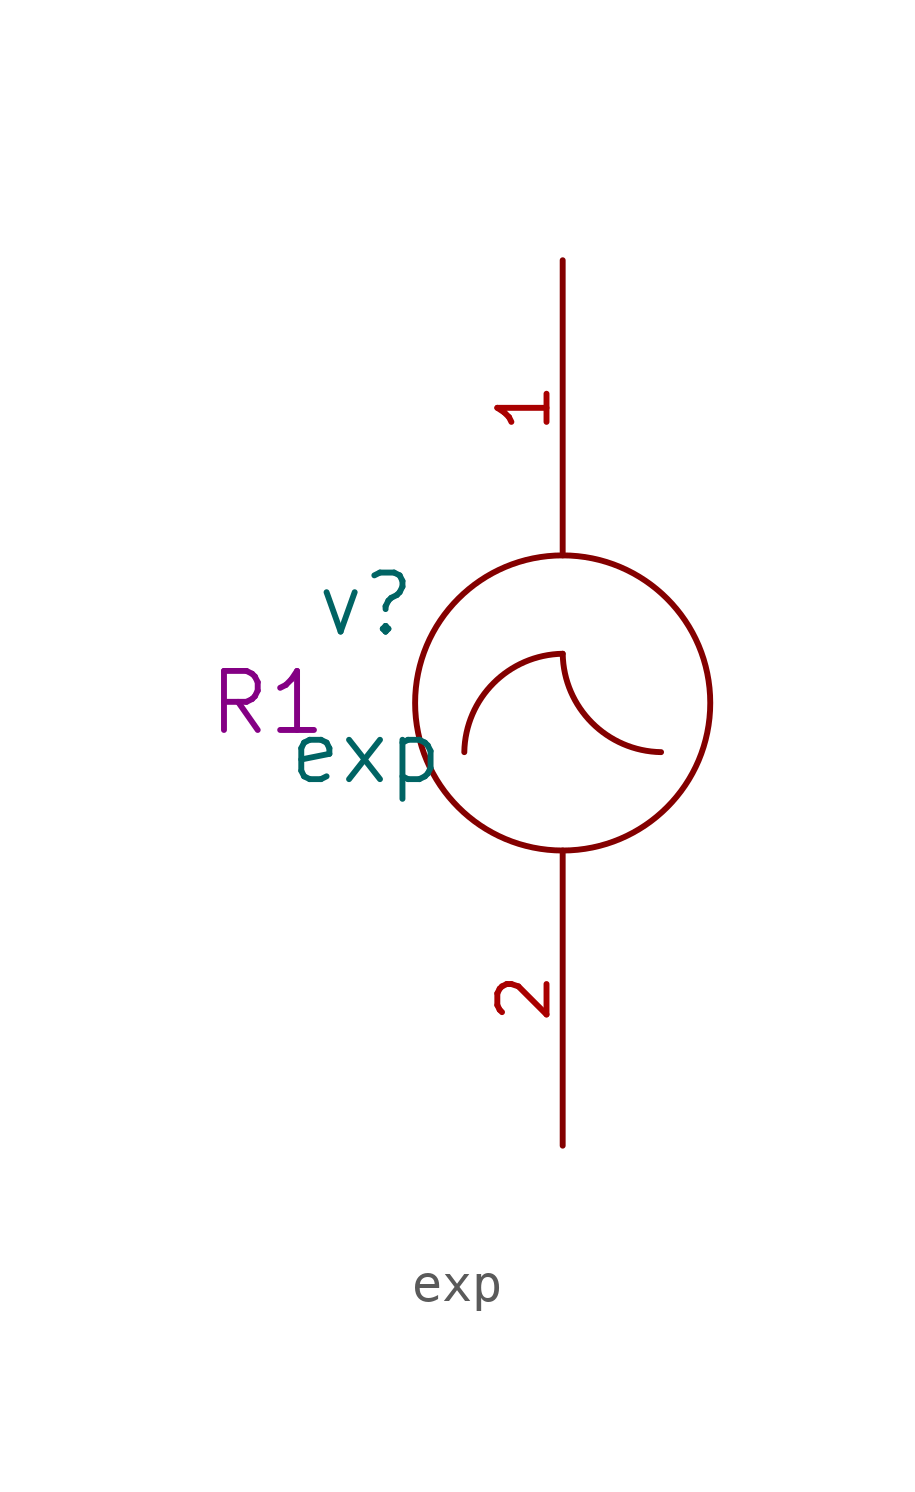
<source format=kicad_sym>
(kicad_symbol_lib
  (version 20211014)
  (generator kicad_symbol_editor)
  (symbol "exp"
    (pin_names
      (offset 1.016))
    (property "Reference" "v"
      (at -5.08 2.54 0)
      (effects (font (size 1.524 1.524))))
    (property "Value" "exp"
      (at -5.08 -1.27 0)
      (effects (font (size 1.524 1.524))))
    (property "Footprint" "R1"
      (at -7.62 0 0)
      (effects (font (size 1.524 1.524))))
    (property "Datasheet" ""
      (at 0 0 0)
      (effects (font (size 1.524 1.524))))
    (symbol "exp_0_1"
      (circle (center 0 0) (radius 3.81) (stroke (width 0) (type default) (color 0 0 0 0)) (fill (type none)))
      (arc (start 0 1.27) (mid -1.7797 0.5171) (end -2.54 -1.27) (stroke (width 0) (type default) (color 0 0 0 0)) (fill (type none)))
      (arc (start 0 1.27) (mid 0.7529 -0.5097) (end 2.54 -1.27) (stroke (width 0) (type default) (color 0 0 0 0)) (fill (type none))))
    (symbol "exp_1_1"
      (pin input line (at 0 11.43 270) (length 7.62) (name "+" (effects (font (size 0 0)))) (number "1" (effects (font (size 1.27 1.27)))))
      (pin input line (at 0 -11.43 90) (length 7.62) (name "-" (effects (font (size 0 0)))) (number "2" (effects (font (size 1.27 1.27))))))))
</source>
